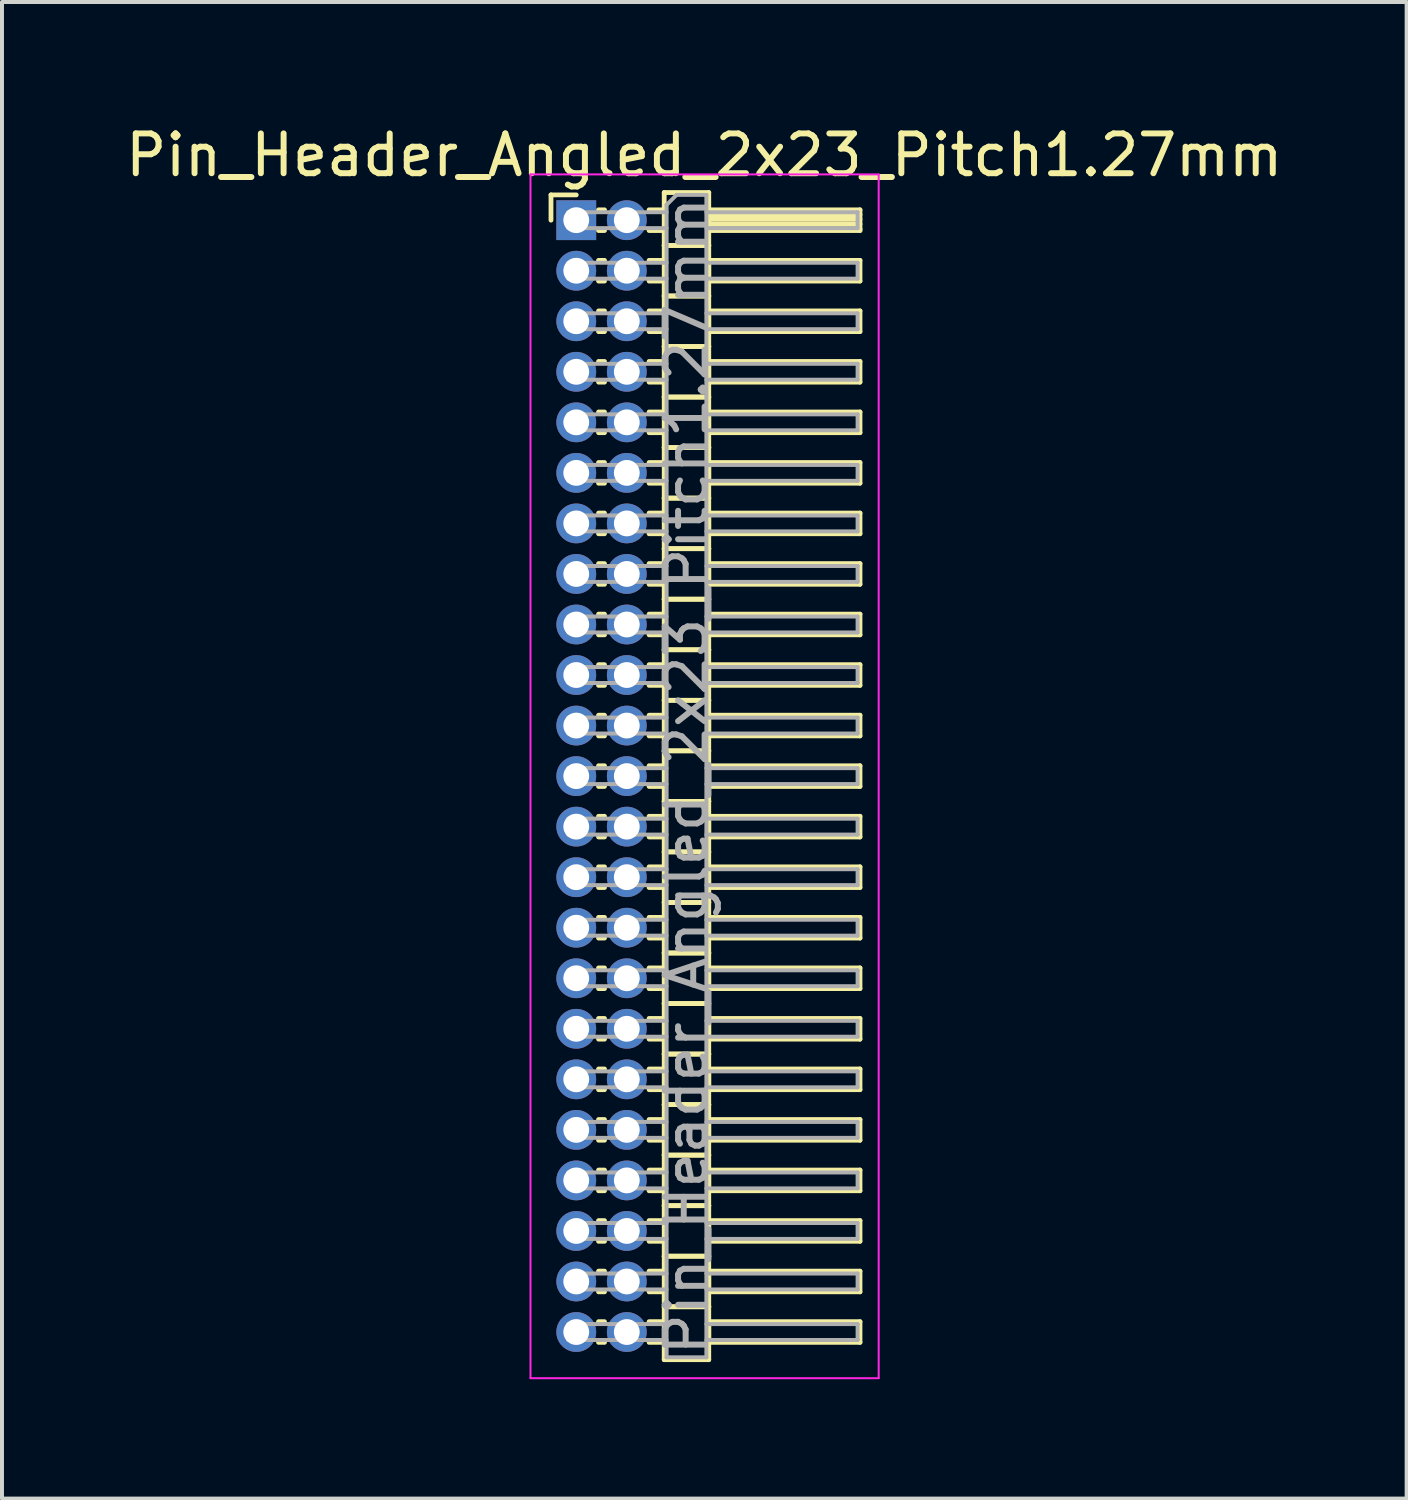
<source format=kicad_pcb>
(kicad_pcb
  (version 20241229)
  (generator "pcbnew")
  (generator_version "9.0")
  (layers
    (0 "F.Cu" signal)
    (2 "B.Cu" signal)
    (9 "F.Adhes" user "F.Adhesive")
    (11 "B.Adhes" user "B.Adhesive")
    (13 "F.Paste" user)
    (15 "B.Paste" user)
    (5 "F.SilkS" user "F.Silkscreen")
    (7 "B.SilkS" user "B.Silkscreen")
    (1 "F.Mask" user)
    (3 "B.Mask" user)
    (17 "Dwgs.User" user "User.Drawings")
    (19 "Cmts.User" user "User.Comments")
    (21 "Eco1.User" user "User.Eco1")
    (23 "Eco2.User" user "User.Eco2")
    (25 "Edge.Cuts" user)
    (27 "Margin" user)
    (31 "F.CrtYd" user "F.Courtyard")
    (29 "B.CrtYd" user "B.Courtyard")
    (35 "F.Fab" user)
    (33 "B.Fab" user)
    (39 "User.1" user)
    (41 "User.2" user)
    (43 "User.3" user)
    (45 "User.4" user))
  (footprint "Pin_Header_Angled_2x23_Pitch1.27mm"
    (layer "F.Cu")
    (at 11.431 2.483)
    (property "Reference" "Pin_Header_Angled_2x23_Pitch1.27mm" (at 3.217 -1.635 0) (layer "F.SilkS") (effects (font (size 1 1) (thickness 0.15))))
    (attr through_hole)
    (fp_line (start -0.635 -0.635) (end 0 -0.635) (stroke (width 0.12) (type solid)) (layer "F.SilkS"))
    (fp_line (start -0.635 0) (end -0.635 -0.635) (stroke (width 0.12) (type solid)) (layer "F.SilkS"))
    (fp_line (start 0.56 -0.26) (end 0.71 -0.26) (stroke (width 0.12) (type solid)) (layer "F.SilkS"))
    (fp_line (start 0.56 0.26) (end 0.71 0.26) (stroke (width 0.12) (type solid)) (layer "F.SilkS"))
    (fp_line (start 0.56 1.01) (end 0.71 1.01) (stroke (width 0.12) (type solid)) (layer "F.SilkS"))
    (fp_line (start 0.56 1.53) (end 0.71 1.53) (stroke (width 0.12) (type solid)) (layer "F.SilkS"))
    (fp_line (start 0.56 2.28) (end 0.71 2.28) (stroke (width 0.12) (type solid)) (layer "F.SilkS"))
    (fp_line (start 0.56 2.8) (end 0.71 2.8) (stroke (width 0.12) (type solid)) (layer "F.SilkS"))
    (fp_line (start 0.56 3.55) (end 0.71 3.55) (stroke (width 0.12) (type solid)) (layer "F.SilkS"))
    (fp_line (start 0.56 4.07) (end 0.71 4.07) (stroke (width 0.12) (type solid)) (layer "F.SilkS"))
    (fp_line (start 0.56 4.82) (end 0.71 4.82) (stroke (width 0.12) (type solid)) (layer "F.SilkS"))
    (fp_line (start 0.56 5.34) (end 0.71 5.34) (stroke (width 0.12) (type solid)) (layer "F.SilkS"))
    (fp_line (start 0.56 6.09) (end 0.71 6.09) (stroke (width 0.12) (type solid)) (layer "F.SilkS"))
    (fp_line (start 0.56 6.61) (end 0.71 6.61) (stroke (width 0.12) (type solid)) (layer "F.SilkS"))
    (fp_line (start 0.56 7.36) (end 0.71 7.36) (stroke (width 0.12) (type solid)) (layer "F.SilkS"))
    (fp_line (start 0.56 7.88) (end 0.71 7.88) (stroke (width 0.12) (type solid)) (layer "F.SilkS"))
    (fp_line (start 0.56 8.63) (end 0.71 8.63) (stroke (width 0.12) (type solid)) (layer "F.SilkS"))
    (fp_line (start 0.56 9.15) (end 0.71 9.15) (stroke (width 0.12) (type solid)) (layer "F.SilkS"))
    (fp_line (start 0.56 9.9) (end 0.71 9.9) (stroke (width 0.12) (type solid)) (layer "F.SilkS"))
    (fp_line (start 0.56 10.42) (end 0.71 10.42) (stroke (width 0.12) (type solid)) (layer "F.SilkS"))
    (fp_line (start 0.56 11.17) (end 0.71 11.17) (stroke (width 0.12) (type solid)) (layer "F.SilkS"))
    (fp_line (start 0.56 11.69) (end 0.71 11.69) (stroke (width 0.12) (type solid)) (layer "F.SilkS"))
    (fp_line (start 0.56 12.44) (end 0.71 12.44) (stroke (width 0.12) (type solid)) (layer "F.SilkS"))
    (fp_line (start 0.56 12.96) (end 0.71 12.96) (stroke (width 0.12) (type solid)) (layer "F.SilkS"))
    (fp_line (start 0.56 13.71) (end 0.71 13.71) (stroke (width 0.12) (type solid)) (layer "F.SilkS"))
    (fp_line (start 0.56 14.23) (end 0.71 14.23) (stroke (width 0.12) (type solid)) (layer "F.SilkS"))
    (fp_line (start 0.56 14.98) (end 0.71 14.98) (stroke (width 0.12) (type solid)) (layer "F.SilkS"))
    (fp_line (start 0.56 15.5) (end 0.71 15.5) (stroke (width 0.12) (type solid)) (layer "F.SilkS"))
    (fp_line (start 0.56 16.25) (end 0.71 16.25) (stroke (width 0.12) (type solid)) (layer "F.SilkS"))
    (fp_line (start 0.56 16.77) (end 0.71 16.77) (stroke (width 0.12) (type solid)) (layer "F.SilkS"))
    (fp_line (start 0.56 17.52) (end 0.71 17.52) (stroke (width 0.12) (type solid)) (layer "F.SilkS"))
    (fp_line (start 0.56 18.04) (end 0.71 18.04) (stroke (width 0.12) (type solid)) (layer "F.SilkS"))
    (fp_line (start 0.56 18.79) (end 0.71 18.79) (stroke (width 0.12) (type solid)) (layer "F.SilkS"))
    (fp_line (start 0.56 19.31) (end 0.71 19.31) (stroke (width 0.12) (type solid)) (layer "F.SilkS"))
    (fp_line (start 0.56 20.06) (end 0.71 20.06) (stroke (width 0.12) (type solid)) (layer "F.SilkS"))
    (fp_line (start 0.56 20.58) (end 0.71 20.58) (stroke (width 0.12) (type solid)) (layer "F.SilkS"))
    (fp_line (start 0.56 21.33) (end 0.71 21.33) (stroke (width 0.12) (type solid)) (layer "F.SilkS"))
    (fp_line (start 0.56 21.85) (end 0.71 21.85) (stroke (width 0.12) (type solid)) (layer "F.SilkS"))
    (fp_line (start 0.56 22.6) (end 0.71 22.6) (stroke (width 0.12) (type solid)) (layer "F.SilkS"))
    (fp_line (start 0.56 23.12) (end 0.71 23.12) (stroke (width 0.12) (type solid)) (layer "F.SilkS"))
    (fp_line (start 0.56 23.87) (end 0.71 23.87) (stroke (width 0.12) (type solid)) (layer "F.SilkS"))
    (fp_line (start 0.56 24.39) (end 0.71 24.39) (stroke (width 0.12) (type solid)) (layer "F.SilkS"))
    (fp_line (start 0.56 25.14) (end 0.71 25.14) (stroke (width 0.12) (type solid)) (layer "F.SilkS"))
    (fp_line (start 0.56 25.66) (end 0.71 25.66) (stroke (width 0.12) (type solid)) (layer "F.SilkS"))
    (fp_line (start 0.56 26.41) (end 0.71 26.41) (stroke (width 0.12) (type solid)) (layer "F.SilkS"))
    (fp_line (start 0.56 26.93) (end 0.71 26.93) (stroke (width 0.12) (type solid)) (layer "F.SilkS"))
    (fp_line (start 0.56 27.68) (end 0.71 27.68) (stroke (width 0.12) (type solid)) (layer "F.SilkS"))
    (fp_line (start 0.56 28.2) (end 0.71 28.2) (stroke (width 0.12) (type solid)) (layer "F.SilkS"))
    (fp_line (start 1.83 -0.26) (end 2.21 -0.26) (stroke (width 0.12) (type solid)) (layer "F.SilkS"))
    (fp_line (start 1.83 0.26) (end 2.21 0.26) (stroke (width 0.12) (type solid)) (layer "F.SilkS"))
    (fp_line (start 1.83 1.01) (end 2.21 1.01) (stroke (width 0.12) (type solid)) (layer "F.SilkS"))
    (fp_line (start 1.83 1.53) (end 2.21 1.53) (stroke (width 0.12) (type solid)) (layer "F.SilkS"))
    (fp_line (start 1.83 2.28) (end 2.21 2.28) (stroke (width 0.12) (type solid)) (layer "F.SilkS"))
    (fp_line (start 1.83 2.8) (end 2.21 2.8) (stroke (width 0.12) (type solid)) (layer "F.SilkS"))
    (fp_line (start 1.83 3.55) (end 2.21 3.55) (stroke (width 0.12) (type solid)) (layer "F.SilkS"))
    (fp_line (start 1.83 4.07) (end 2.21 4.07) (stroke (width 0.12) (type solid)) (layer "F.SilkS"))
    (fp_line (start 1.83 4.82) (end 2.21 4.82) (stroke (width 0.12) (type solid)) (layer "F.SilkS"))
    (fp_line (start 1.83 5.34) (end 2.21 5.34) (stroke (width 0.12) (type solid)) (layer "F.SilkS"))
    (fp_line (start 1.83 6.09) (end 2.21 6.09) (stroke (width 0.12) (type solid)) (layer "F.SilkS"))
    (fp_line (start 1.83 6.61) (end 2.21 6.61) (stroke (width 0.12) (type solid)) (layer "F.SilkS"))
    (fp_line (start 1.83 7.36) (end 2.21 7.36) (stroke (width 0.12) (type solid)) (layer "F.SilkS"))
    (fp_line (start 1.83 7.88) (end 2.21 7.88) (stroke (width 0.12) (type solid)) (layer "F.SilkS"))
    (fp_line (start 1.83 8.63) (end 2.21 8.63) (stroke (width 0.12) (type solid)) (layer "F.SilkS"))
    (fp_line (start 1.83 9.15) (end 2.21 9.15) (stroke (width 0.12) (type solid)) (layer "F.SilkS"))
    (fp_line (start 1.83 9.9) (end 2.21 9.9) (stroke (width 0.12) (type solid)) (layer "F.SilkS"))
    (fp_line (start 1.83 10.42) (end 2.21 10.42) (stroke (width 0.12) (type solid)) (layer "F.SilkS"))
    (fp_line (start 1.83 11.17) (end 2.21 11.17) (stroke (width 0.12) (type solid)) (layer "F.SilkS"))
    (fp_line (start 1.83 11.69) (end 2.21 11.69) (stroke (width 0.12) (type solid)) (layer "F.SilkS"))
    (fp_line (start 1.83 12.44) (end 2.21 12.44) (stroke (width 0.12) (type solid)) (layer "F.SilkS"))
    (fp_line (start 1.83 12.96) (end 2.21 12.96) (stroke (width 0.12) (type solid)) (layer "F.SilkS"))
    (fp_line (start 1.83 13.71) (end 2.21 13.71) (stroke (width 0.12) (type solid)) (layer "F.SilkS"))
    (fp_line (start 1.83 14.23) (end 2.21 14.23) (stroke (width 0.12) (type solid)) (layer "F.SilkS"))
    (fp_line (start 1.83 14.98) (end 2.21 14.98) (stroke (width 0.12) (type solid)) (layer "F.SilkS"))
    (fp_line (start 1.83 15.5) (end 2.21 15.5) (stroke (width 0.12) (type solid)) (layer "F.SilkS"))
    (fp_line (start 1.83 16.25) (end 2.21 16.25) (stroke (width 0.12) (type solid)) (layer "F.SilkS"))
    (fp_line (start 1.83 16.77) (end 2.21 16.77) (stroke (width 0.12) (type solid)) (layer "F.SilkS"))
    (fp_line (start 1.83 17.52) (end 2.21 17.52) (stroke (width 0.12) (type solid)) (layer "F.SilkS"))
    (fp_line (start 1.83 18.04) (end 2.21 18.04) (stroke (width 0.12) (type solid)) (layer "F.SilkS"))
    (fp_line (start 1.83 18.79) (end 2.21 18.79) (stroke (width 0.12) (type solid)) (layer "F.SilkS"))
    (fp_line (start 1.83 19.31) (end 2.21 19.31) (stroke (width 0.12) (type solid)) (layer "F.SilkS"))
    (fp_line (start 1.83 20.06) (end 2.21 20.06) (stroke (width 0.12) (type solid)) (layer "F.SilkS"))
    (fp_line (start 1.83 20.58) (end 2.21 20.58) (stroke (width 0.12) (type solid)) (layer "F.SilkS"))
    (fp_line (start 1.83 21.33) (end 2.21 21.33) (stroke (width 0.12) (type solid)) (layer "F.SilkS"))
    (fp_line (start 1.83 21.85) (end 2.21 21.85) (stroke (width 0.12) (type solid)) (layer "F.SilkS"))
    (fp_line (start 1.83 22.6) (end 2.21 22.6) (stroke (width 0.12) (type solid)) (layer "F.SilkS"))
    (fp_line (start 1.83 23.12) (end 2.21 23.12) (stroke (width 0.12) (type solid)) (layer "F.SilkS"))
    (fp_line (start 1.83 23.87) (end 2.21 23.87) (stroke (width 0.12) (type solid)) (layer "F.SilkS"))
    (fp_line (start 1.83 24.39) (end 2.21 24.39) (stroke (width 0.12) (type solid)) (layer "F.SilkS"))
    (fp_line (start 1.83 25.14) (end 2.21 25.14) (stroke (width 0.12) (type solid)) (layer "F.SilkS"))
    (fp_line (start 1.83 25.66) (end 2.21 25.66) (stroke (width 0.12) (type solid)) (layer "F.SilkS"))
    (fp_line (start 1.83 26.41) (end 2.21 26.41) (stroke (width 0.12) (type solid)) (layer "F.SilkS"))
    (fp_line (start 1.83 26.93) (end 2.21 26.93) (stroke (width 0.12) (type solid)) (layer "F.SilkS"))
    (fp_line (start 1.83 27.68) (end 2.21 27.68) (stroke (width 0.12) (type solid)) (layer "F.SilkS"))
    (fp_line (start 1.83 28.2) (end 2.21 28.2) (stroke (width 0.12) (type solid)) (layer "F.SilkS"))
    (fp_line (start 2.21 -0.695) (end 2.21 0.635) (stroke (width 0.12) (type solid)) (layer "F.SilkS"))
    (fp_line (start 2.21 0.635) (end 2.21 1.905) (stroke (width 0.12) (type solid)) (layer "F.SilkS"))
    (fp_line (start 2.21 0.635) (end 3.33 0.635) (stroke (width 0.12) (type solid)) (layer "F.SilkS"))
    (fp_line (start 2.21 1.905) (end 2.21 3.175) (stroke (width 0.12) (type solid)) (layer "F.SilkS"))
    (fp_line (start 2.21 1.905) (end 3.33 1.905) (stroke (width 0.12) (type solid)) (layer "F.SilkS"))
    (fp_line (start 2.21 3.175) (end 2.21 4.445) (stroke (width 0.12) (type solid)) (layer "F.SilkS"))
    (fp_line (start 2.21 3.175) (end 3.33 3.175) (stroke (width 0.12) (type solid)) (layer "F.SilkS"))
    (fp_line (start 2.21 4.445) (end 2.21 5.715) (stroke (width 0.12) (type solid)) (layer "F.SilkS"))
    (fp_line (start 2.21 4.445) (end 3.33 4.445) (stroke (width 0.12) (type solid)) (layer "F.SilkS"))
    (fp_line (start 2.21 5.715) (end 2.21 6.985) (stroke (width 0.12) (type solid)) (layer "F.SilkS"))
    (fp_line (start 2.21 5.715) (end 3.33 5.715) (stroke (width 0.12) (type solid)) (layer "F.SilkS"))
    (fp_line (start 2.21 6.985) (end 2.21 8.255) (stroke (width 0.12) (type solid)) (layer "F.SilkS"))
    (fp_line (start 2.21 6.985) (end 3.33 6.985) (stroke (width 0.12) (type solid)) (layer "F.SilkS"))
    (fp_line (start 2.21 8.255) (end 2.21 9.525) (stroke (width 0.12) (type solid)) (layer "F.SilkS"))
    (fp_line (start 2.21 8.255) (end 3.33 8.255) (stroke (width 0.12) (type solid)) (layer "F.SilkS"))
    (fp_line (start 2.21 9.525) (end 2.21 10.795) (stroke (width 0.12) (type solid)) (layer "F.SilkS"))
    (fp_line (start 2.21 9.525) (end 3.33 9.525) (stroke (width 0.12) (type solid)) (layer "F.SilkS"))
    (fp_line (start 2.21 10.795) (end 2.21 12.065) (stroke (width 0.12) (type solid)) (layer "F.SilkS"))
    (fp_line (start 2.21 10.795) (end 3.33 10.795) (stroke (width 0.12) (type solid)) (layer "F.SilkS"))
    (fp_line (start 2.21 12.065) (end 2.21 13.335) (stroke (width 0.12) (type solid)) (layer "F.SilkS"))
    (fp_line (start 2.21 12.065) (end 3.33 12.065) (stroke (width 0.12) (type solid)) (layer "F.SilkS"))
    (fp_line (start 2.21 13.335) (end 2.21 14.605) (stroke (width 0.12) (type solid)) (layer "F.SilkS"))
    (fp_line (start 2.21 13.335) (end 3.33 13.335) (stroke (width 0.12) (type solid)) (layer "F.SilkS"))
    (fp_line (start 2.21 14.605) (end 2.21 15.875) (stroke (width 0.12) (type solid)) (layer "F.SilkS"))
    (fp_line (start 2.21 14.605) (end 3.33 14.605) (stroke (width 0.12) (type solid)) (layer "F.SilkS"))
    (fp_line (start 2.21 15.875) (end 2.21 17.145) (stroke (width 0.12) (type solid)) (layer "F.SilkS"))
    (fp_line (start 2.21 15.875) (end 3.33 15.875) (stroke (width 0.12) (type solid)) (layer "F.SilkS"))
    (fp_line (start 2.21 17.145) (end 2.21 18.415) (stroke (width 0.12) (type solid)) (layer "F.SilkS"))
    (fp_line (start 2.21 17.145) (end 3.33 17.145) (stroke (width 0.12) (type solid)) (layer "F.SilkS"))
    (fp_line (start 2.21 18.415) (end 2.21 19.685) (stroke (width 0.12) (type solid)) (layer "F.SilkS"))
    (fp_line (start 2.21 18.415) (end 3.33 18.415) (stroke (width 0.12) (type solid)) (layer "F.SilkS"))
    (fp_line (start 2.21 19.685) (end 2.21 20.955) (stroke (width 0.12) (type solid)) (layer "F.SilkS"))
    (fp_line (start 2.21 19.685) (end 3.33 19.685) (stroke (width 0.12) (type solid)) (layer "F.SilkS"))
    (fp_line (start 2.21 20.955) (end 2.21 22.225) (stroke (width 0.12) (type solid)) (layer "F.SilkS"))
    (fp_line (start 2.21 20.955) (end 3.33 20.955) (stroke (width 0.12) (type solid)) (layer "F.SilkS"))
    (fp_line (start 2.21 22.225) (end 2.21 23.495) (stroke (width 0.12) (type solid)) (layer "F.SilkS"))
    (fp_line (start 2.21 22.225) (end 3.33 22.225) (stroke (width 0.12) (type solid)) (layer "F.SilkS"))
    (fp_line (start 2.21 23.495) (end 2.21 24.765) (stroke (width 0.12) (type solid)) (layer "F.SilkS"))
    (fp_line (start 2.21 23.495) (end 3.33 23.495) (stroke (width 0.12) (type solid)) (layer "F.SilkS"))
    (fp_line (start 2.21 24.765) (end 2.21 26.035) (stroke (width 0.12) (type solid)) (layer "F.SilkS"))
    (fp_line (start 2.21 24.765) (end 3.33 24.765) (stroke (width 0.12) (type solid)) (layer "F.SilkS"))
    (fp_line (start 2.21 26.035) (end 2.21 27.305) (stroke (width 0.12) (type solid)) (layer "F.SilkS"))
    (fp_line (start 2.21 26.035) (end 3.33 26.035) (stroke (width 0.12) (type solid)) (layer "F.SilkS"))
    (fp_line (start 2.21 27.305) (end 2.21 28.635) (stroke (width 0.12) (type solid)) (layer "F.SilkS"))
    (fp_line (start 2.21 27.305) (end 3.33 27.305) (stroke (width 0.12) (type solid)) (layer "F.SilkS"))
    (fp_line (start 2.21 28.635) (end 3.33 28.635) (stroke (width 0.12) (type solid)) (layer "F.SilkS"))
    (fp_line (start 3.33 -0.695) (end 2.21 -0.695) (stroke (width 0.12) (type solid)) (layer "F.SilkS"))
    (fp_line (start 3.33 -0.26) (end 3.33 0.26) (stroke (width 0.12) (type solid)) (layer "F.SilkS"))
    (fp_line (start 3.33 -0.14) (end 7.13 -0.14) (stroke (width 0.12) (type solid)) (layer "F.SilkS"))
    (fp_line (start 3.33 -0.02) (end 7.13 -0.02) (stroke (width 0.12) (type solid)) (layer "F.SilkS"))
    (fp_line (start 3.33 0.1) (end 7.13 0.1) (stroke (width 0.12) (type solid)) (layer "F.SilkS"))
    (fp_line (start 3.33 0.22) (end 7.13 0.22) (stroke (width 0.12) (type solid)) (layer "F.SilkS"))
    (fp_line (start 3.33 0.26) (end 7.13 0.26) (stroke (width 0.12) (type solid)) (layer "F.SilkS"))
    (fp_line (start 3.33 0.635) (end 2.21 0.635) (stroke (width 0.12) (type solid)) (layer "F.SilkS"))
    (fp_line (start 3.33 0.635) (end 3.33 -0.695) (stroke (width 0.12) (type solid)) (layer "F.SilkS"))
    (fp_line (start 3.33 1.01) (end 3.33 1.53) (stroke (width 0.12) (type solid)) (layer "F.SilkS"))
    (fp_line (start 3.33 1.53) (end 7.13 1.53) (stroke (width 0.12) (type solid)) (layer "F.SilkS"))
    (fp_line (start 3.33 1.905) (end 2.21 1.905) (stroke (width 0.12) (type solid)) (layer "F.SilkS"))
    (fp_line (start 3.33 1.905) (end 3.33 0.635) (stroke (width 0.12) (type solid)) (layer "F.SilkS"))
    (fp_line (start 3.33 2.28) (end 3.33 2.8) (stroke (width 0.12) (type solid)) (layer "F.SilkS"))
    (fp_line (start 3.33 2.8) (end 7.13 2.8) (stroke (width 0.12) (type solid)) (layer "F.SilkS"))
    (fp_line (start 3.33 3.175) (end 2.21 3.175) (stroke (width 0.12) (type solid)) (layer "F.SilkS"))
    (fp_line (start 3.33 3.175) (end 3.33 1.905) (stroke (width 0.12) (type solid)) (layer "F.SilkS"))
    (fp_line (start 3.33 3.55) (end 3.33 4.07) (stroke (width 0.12) (type solid)) (layer "F.SilkS"))
    (fp_line (start 3.33 4.07) (end 7.13 4.07) (stroke (width 0.12) (type solid)) (layer "F.SilkS"))
    (fp_line (start 3.33 4.445) (end 2.21 4.445) (stroke (width 0.12) (type solid)) (layer "F.SilkS"))
    (fp_line (start 3.33 4.445) (end 3.33 3.175) (stroke (width 0.12) (type solid)) (layer "F.SilkS"))
    (fp_line (start 3.33 4.82) (end 3.33 5.34) (stroke (width 0.12) (type solid)) (layer "F.SilkS"))
    (fp_line (start 3.33 5.34) (end 7.13 5.34) (stroke (width 0.12) (type solid)) (layer "F.SilkS"))
    (fp_line (start 3.33 5.715) (end 2.21 5.715) (stroke (width 0.12) (type solid)) (layer "F.SilkS"))
    (fp_line (start 3.33 5.715) (end 3.33 4.445) (stroke (width 0.12) (type solid)) (layer "F.SilkS"))
    (fp_line (start 3.33 6.09) (end 3.33 6.61) (stroke (width 0.12) (type solid)) (layer "F.SilkS"))
    (fp_line (start 3.33 6.61) (end 7.13 6.61) (stroke (width 0.12) (type solid)) (layer "F.SilkS"))
    (fp_line (start 3.33 6.985) (end 2.21 6.985) (stroke (width 0.12) (type solid)) (layer "F.SilkS"))
    (fp_line (start 3.33 6.985) (end 3.33 5.715) (stroke (width 0.12) (type solid)) (layer "F.SilkS"))
    (fp_line (start 3.33 7.36) (end 3.33 7.88) (stroke (width 0.12) (type solid)) (layer "F.SilkS"))
    (fp_line (start 3.33 7.88) (end 7.13 7.88) (stroke (width 0.12) (type solid)) (layer "F.SilkS"))
    (fp_line (start 3.33 8.255) (end 2.21 8.255) (stroke (width 0.12) (type solid)) (layer "F.SilkS"))
    (fp_line (start 3.33 8.255) (end 3.33 6.985) (stroke (width 0.12) (type solid)) (layer "F.SilkS"))
    (fp_line (start 3.33 8.63) (end 3.33 9.15) (stroke (width 0.12) (type solid)) (layer "F.SilkS"))
    (fp_line (start 3.33 9.15) (end 7.13 9.15) (stroke (width 0.12) (type solid)) (layer "F.SilkS"))
    (fp_line (start 3.33 9.525) (end 2.21 9.525) (stroke (width 0.12) (type solid)) (layer "F.SilkS"))
    (fp_line (start 3.33 9.525) (end 3.33 8.255) (stroke (width 0.12) (type solid)) (layer "F.SilkS"))
    (fp_line (start 3.33 9.9) (end 3.33 10.42) (stroke (width 0.12) (type solid)) (layer "F.SilkS"))
    (fp_line (start 3.33 10.42) (end 7.13 10.42) (stroke (width 0.12) (type solid)) (layer "F.SilkS"))
    (fp_line (start 3.33 10.795) (end 2.21 10.795) (stroke (width 0.12) (type solid)) (layer "F.SilkS"))
    (fp_line (start 3.33 10.795) (end 3.33 9.525) (stroke (width 0.12) (type solid)) (layer "F.SilkS"))
    (fp_line (start 3.33 11.17) (end 3.33 11.69) (stroke (width 0.12) (type solid)) (layer "F.SilkS"))
    (fp_line (start 3.33 11.69) (end 7.13 11.69) (stroke (width 0.12) (type solid)) (layer "F.SilkS"))
    (fp_line (start 3.33 12.065) (end 2.21 12.065) (stroke (width 0.12) (type solid)) (layer "F.SilkS"))
    (fp_line (start 3.33 12.065) (end 3.33 10.795) (stroke (width 0.12) (type solid)) (layer "F.SilkS"))
    (fp_line (start 3.33 12.44) (end 3.33 12.96) (stroke (width 0.12) (type solid)) (layer "F.SilkS"))
    (fp_line (start 3.33 12.96) (end 7.13 12.96) (stroke (width 0.12) (type solid)) (layer "F.SilkS"))
    (fp_line (start 3.33 13.335) (end 2.21 13.335) (stroke (width 0.12) (type solid)) (layer "F.SilkS"))
    (fp_line (start 3.33 13.335) (end 3.33 12.065) (stroke (width 0.12) (type solid)) (layer "F.SilkS"))
    (fp_line (start 3.33 13.71) (end 3.33 14.23) (stroke (width 0.12) (type solid)) (layer "F.SilkS"))
    (fp_line (start 3.33 14.23) (end 7.13 14.23) (stroke (width 0.12) (type solid)) (layer "F.SilkS"))
    (fp_line (start 3.33 14.605) (end 2.21 14.605) (stroke (width 0.12) (type solid)) (layer "F.SilkS"))
    (fp_line (start 3.33 14.605) (end 3.33 13.335) (stroke (width 0.12) (type solid)) (layer "F.SilkS"))
    (fp_line (start 3.33 14.98) (end 3.33 15.5) (stroke (width 0.12) (type solid)) (layer "F.SilkS"))
    (fp_line (start 3.33 15.5) (end 7.13 15.5) (stroke (width 0.12) (type solid)) (layer "F.SilkS"))
    (fp_line (start 3.33 15.875) (end 2.21 15.875) (stroke (width 0.12) (type solid)) (layer "F.SilkS"))
    (fp_line (start 3.33 15.875) (end 3.33 14.605) (stroke (width 0.12) (type solid)) (layer "F.SilkS"))
    (fp_line (start 3.33 16.25) (end 3.33 16.77) (stroke (width 0.12) (type solid)) (layer "F.SilkS"))
    (fp_line (start 3.33 16.77) (end 7.13 16.77) (stroke (width 0.12) (type solid)) (layer "F.SilkS"))
    (fp_line (start 3.33 17.145) (end 2.21 17.145) (stroke (width 0.12) (type solid)) (layer "F.SilkS"))
    (fp_line (start 3.33 17.145) (end 3.33 15.875) (stroke (width 0.12) (type solid)) (layer "F.SilkS"))
    (fp_line (start 3.33 17.52) (end 3.33 18.04) (stroke (width 0.12) (type solid)) (layer "F.SilkS"))
    (fp_line (start 3.33 18.04) (end 7.13 18.04) (stroke (width 0.12) (type solid)) (layer "F.SilkS"))
    (fp_line (start 3.33 18.415) (end 2.21 18.415) (stroke (width 0.12) (type solid)) (layer "F.SilkS"))
    (fp_line (start 3.33 18.415) (end 3.33 17.145) (stroke (width 0.12) (type solid)) (layer "F.SilkS"))
    (fp_line (start 3.33 18.79) (end 3.33 19.31) (stroke (width 0.12) (type solid)) (layer "F.SilkS"))
    (fp_line (start 3.33 19.31) (end 7.13 19.31) (stroke (width 0.12) (type solid)) (layer "F.SilkS"))
    (fp_line (start 3.33 19.685) (end 2.21 19.685) (stroke (width 0.12) (type solid)) (layer "F.SilkS"))
    (fp_line (start 3.33 19.685) (end 3.33 18.415) (stroke (width 0.12) (type solid)) (layer "F.SilkS"))
    (fp_line (start 3.33 20.06) (end 3.33 20.58) (stroke (width 0.12) (type solid)) (layer "F.SilkS"))
    (fp_line (start 3.33 20.58) (end 7.13 20.58) (stroke (width 0.12) (type solid)) (layer "F.SilkS"))
    (fp_line (start 3.33 20.955) (end 2.21 20.955) (stroke (width 0.12) (type solid)) (layer "F.SilkS"))
    (fp_line (start 3.33 20.955) (end 3.33 19.685) (stroke (width 0.12) (type solid)) (layer "F.SilkS"))
    (fp_line (start 3.33 21.33) (end 3.33 21.85) (stroke (width 0.12) (type solid)) (layer "F.SilkS"))
    (fp_line (start 3.33 21.85) (end 7.13 21.85) (stroke (width 0.12) (type solid)) (layer "F.SilkS"))
    (fp_line (start 3.33 22.225) (end 2.21 22.225) (stroke (width 0.12) (type solid)) (layer "F.SilkS"))
    (fp_line (start 3.33 22.225) (end 3.33 20.955) (stroke (width 0.12) (type solid)) (layer "F.SilkS"))
    (fp_line (start 3.33 22.6) (end 3.33 23.12) (stroke (width 0.12) (type solid)) (layer "F.SilkS"))
    (fp_line (start 3.33 23.12) (end 7.13 23.12) (stroke (width 0.12) (type solid)) (layer "F.SilkS"))
    (fp_line (start 3.33 23.495) (end 2.21 23.495) (stroke (width 0.12) (type solid)) (layer "F.SilkS"))
    (fp_line (start 3.33 23.495) (end 3.33 22.225) (stroke (width 0.12) (type solid)) (layer "F.SilkS"))
    (fp_line (start 3.33 23.87) (end 3.33 24.39) (stroke (width 0.12) (type solid)) (layer "F.SilkS"))
    (fp_line (start 3.33 24.39) (end 7.13 24.39) (stroke (width 0.12) (type solid)) (layer "F.SilkS"))
    (fp_line (start 3.33 24.765) (end 2.21 24.765) (stroke (width 0.12) (type solid)) (layer "F.SilkS"))
    (fp_line (start 3.33 24.765) (end 3.33 23.495) (stroke (width 0.12) (type solid)) (layer "F.SilkS"))
    (fp_line (start 3.33 25.14) (end 3.33 25.66) (stroke (width 0.12) (type solid)) (layer "F.SilkS"))
    (fp_line (start 3.33 25.66) (end 7.13 25.66) (stroke (width 0.12) (type solid)) (layer "F.SilkS"))
    (fp_line (start 3.33 26.035) (end 2.21 26.035) (stroke (width 0.12) (type solid)) (layer "F.SilkS"))
    (fp_line (start 3.33 26.035) (end 3.33 24.765) (stroke (width 0.12) (type solid)) (layer "F.SilkS"))
    (fp_line (start 3.33 26.41) (end 3.33 26.93) (stroke (width 0.12) (type solid)) (layer "F.SilkS"))
    (fp_line (start 3.33 26.93) (end 7.13 26.93) (stroke (width 0.12) (type solid)) (layer "F.SilkS"))
    (fp_line (start 3.33 27.305) (end 2.21 27.305) (stroke (width 0.12) (type solid)) (layer "F.SilkS"))
    (fp_line (start 3.33 27.305) (end 3.33 26.035) (stroke (width 0.12) (type solid)) (layer "F.SilkS"))
    (fp_line (start 3.33 27.68) (end 3.33 28.2) (stroke (width 0.12) (type solid)) (layer "F.SilkS"))
    (fp_line (start 3.33 28.2) (end 7.13 28.2) (stroke (width 0.12) (type solid)) (layer "F.SilkS"))
    (fp_line (start 3.33 28.635) (end 3.33 27.305) (stroke (width 0.12) (type solid)) (layer "F.SilkS"))
    (fp_line (start 7.13 -0.26) (end 3.33 -0.26) (stroke (width 0.12) (type solid)) (layer "F.SilkS"))
    (fp_line (start 7.13 0.26) (end 7.13 -0.26) (stroke (width 0.12) (type solid)) (layer "F.SilkS"))
    (fp_line (start 7.13 1.01) (end 3.33 1.01) (stroke (width 0.12) (type solid)) (layer "F.SilkS"))
    (fp_line (start 7.13 1.53) (end 7.13 1.01) (stroke (width 0.12) (type solid)) (layer "F.SilkS"))
    (fp_line (start 7.13 2.28) (end 3.33 2.28) (stroke (width 0.12) (type solid)) (layer "F.SilkS"))
    (fp_line (start 7.13 2.8) (end 7.13 2.28) (stroke (width 0.12) (type solid)) (layer "F.SilkS"))
    (fp_line (start 7.13 3.55) (end 3.33 3.55) (stroke (width 0.12) (type solid)) (layer "F.SilkS"))
    (fp_line (start 7.13 4.07) (end 7.13 3.55) (stroke (width 0.12) (type solid)) (layer "F.SilkS"))
    (fp_line (start 7.13 4.82) (end 3.33 4.82) (stroke (width 0.12) (type solid)) (layer "F.SilkS"))
    (fp_line (start 7.13 5.34) (end 7.13 4.82) (stroke (width 0.12) (type solid)) (layer "F.SilkS"))
    (fp_line (start 7.13 6.09) (end 3.33 6.09) (stroke (width 0.12) (type solid)) (layer "F.SilkS"))
    (fp_line (start 7.13 6.61) (end 7.13 6.09) (stroke (width 0.12) (type solid)) (layer "F.SilkS"))
    (fp_line (start 7.13 7.36) (end 3.33 7.36) (stroke (width 0.12) (type solid)) (layer "F.SilkS"))
    (fp_line (start 7.13 7.88) (end 7.13 7.36) (stroke (width 0.12) (type solid)) (layer "F.SilkS"))
    (fp_line (start 7.13 8.63) (end 3.33 8.63) (stroke (width 0.12) (type solid)) (layer "F.SilkS"))
    (fp_line (start 7.13 9.15) (end 7.13 8.63) (stroke (width 0.12) (type solid)) (layer "F.SilkS"))
    (fp_line (start 7.13 9.9) (end 3.33 9.9) (stroke (width 0.12) (type solid)) (layer "F.SilkS"))
    (fp_line (start 7.13 10.42) (end 7.13 9.9) (stroke (width 0.12) (type solid)) (layer "F.SilkS"))
    (fp_line (start 7.13 11.17) (end 3.33 11.17) (stroke (width 0.12) (type solid)) (layer "F.SilkS"))
    (fp_line (start 7.13 11.69) (end 7.13 11.17) (stroke (width 0.12) (type solid)) (layer "F.SilkS"))
    (fp_line (start 7.13 12.44) (end 3.33 12.44) (stroke (width 0.12) (type solid)) (layer "F.SilkS"))
    (fp_line (start 7.13 12.96) (end 7.13 12.44) (stroke (width 0.12) (type solid)) (layer "F.SilkS"))
    (fp_line (start 7.13 13.71) (end 3.33 13.71) (stroke (width 0.12) (type solid)) (layer "F.SilkS"))
    (fp_line (start 7.13 14.23) (end 7.13 13.71) (stroke (width 0.12) (type solid)) (layer "F.SilkS"))
    (fp_line (start 7.13 14.98) (end 3.33 14.98) (stroke (width 0.12) (type solid)) (layer "F.SilkS"))
    (fp_line (start 7.13 15.5) (end 7.13 14.98) (stroke (width 0.12) (type solid)) (layer "F.SilkS"))
    (fp_line (start 7.13 16.25) (end 3.33 16.25) (stroke (width 0.12) (type solid)) (layer "F.SilkS"))
    (fp_line (start 7.13 16.77) (end 7.13 16.25) (stroke (width 0.12) (type solid)) (layer "F.SilkS"))
    (fp_line (start 7.13 17.52) (end 3.33 17.52) (stroke (width 0.12) (type solid)) (layer "F.SilkS"))
    (fp_line (start 7.13 18.04) (end 7.13 17.52) (stroke (width 0.12) (type solid)) (layer "F.SilkS"))
    (fp_line (start 7.13 18.79) (end 3.33 18.79) (stroke (width 0.12) (type solid)) (layer "F.SilkS"))
    (fp_line (start 7.13 19.31) (end 7.13 18.79) (stroke (width 0.12) (type solid)) (layer "F.SilkS"))
    (fp_line (start 7.13 20.06) (end 3.33 20.06) (stroke (width 0.12) (type solid)) (layer "F.SilkS"))
    (fp_line (start 7.13 20.58) (end 7.13 20.06) (stroke (width 0.12) (type solid)) (layer "F.SilkS"))
    (fp_line (start 7.13 21.33) (end 3.33 21.33) (stroke (width 0.12) (type solid)) (layer "F.SilkS"))
    (fp_line (start 7.13 21.85) (end 7.13 21.33) (stroke (width 0.12) (type solid)) (layer "F.SilkS"))
    (fp_line (start 7.13 22.6) (end 3.33 22.6) (stroke (width 0.12) (type solid)) (layer "F.SilkS"))
    (fp_line (start 7.13 23.12) (end 7.13 22.6) (stroke (width 0.12) (type solid)) (layer "F.SilkS"))
    (fp_line (start 7.13 23.87) (end 3.33 23.87) (stroke (width 0.12) (type solid)) (layer "F.SilkS"))
    (fp_line (start 7.13 24.39) (end 7.13 23.87) (stroke (width 0.12) (type solid)) (layer "F.SilkS"))
    (fp_line (start 7.13 25.14) (end 3.33 25.14) (stroke (width 0.12) (type solid)) (layer "F.SilkS"))
    (fp_line (start 7.13 25.66) (end 7.13 25.14) (stroke (width 0.12) (type solid)) (layer "F.SilkS"))
    (fp_line (start 7.13 26.41) (end 3.33 26.41) (stroke (width 0.12) (type solid)) (layer "F.SilkS"))
    (fp_line (start 7.13 26.93) (end 7.13 26.41) (stroke (width 0.12) (type solid)) (layer "F.SilkS"))
    (fp_line (start 7.13 27.68) (end 3.33 27.68) (stroke (width 0.12) (type solid)) (layer "F.SilkS"))
    (fp_line (start 7.13 28.2) (end 7.13 27.68) (stroke (width 0.12) (type solid)) (layer "F.SilkS"))
    (fp_line (start -1.15 -1.15) (end -1.15 29.1) (stroke (width 0.05) (type solid)) (layer "F.CrtYd"))
    (fp_line (start -1.15 29.1) (end 7.6 29.1) (stroke (width 0.05) (type solid)) (layer "F.CrtYd"))
    (fp_line (start 7.6 -1.15) (end -1.15 -1.15) (stroke (width 0.05) (type solid)) (layer "F.CrtYd"))
    (fp_line (start 7.6 29.1) (end 7.6 -1.15) (stroke (width 0.05) (type solid)) (layer "F.CrtYd"))
    (fp_line (start -0.2 -0.2) (end -0.2 0.2) (stroke (width 0.1) (type solid)) (layer "F.Fab"))
    (fp_line (start -0.2 -0.2) (end 2.27 -0.2) (stroke (width 0.1) (type solid)) (layer "F.Fab"))
    (fp_line (start -0.2 0.2) (end 2.27 0.2) (stroke (width 0.1) (type solid)) (layer "F.Fab"))
    (fp_line (start -0.2 1.07) (end -0.2 1.47) (stroke (width 0.1) (type solid)) (layer "F.Fab"))
    (fp_line (start -0.2 1.07) (end 2.27 1.07) (stroke (width 0.1) (type solid)) (layer "F.Fab"))
    (fp_line (start -0.2 1.47) (end 2.27 1.47) (stroke (width 0.1) (type solid)) (layer "F.Fab"))
    (fp_line (start -0.2 2.34) (end -0.2 2.74) (stroke (width 0.1) (type solid)) (layer "F.Fab"))
    (fp_line (start -0.2 2.34) (end 2.27 2.34) (stroke (width 0.1) (type solid)) (layer "F.Fab"))
    (fp_line (start -0.2 2.74) (end 2.27 2.74) (stroke (width 0.1) (type solid)) (layer "F.Fab"))
    (fp_line (start -0.2 3.61) (end -0.2 4.01) (stroke (width 0.1) (type solid)) (layer "F.Fab"))
    (fp_line (start -0.2 3.61) (end 2.27 3.61) (stroke (width 0.1) (type solid)) (layer "F.Fab"))
    (fp_line (start -0.2 4.01) (end 2.27 4.01) (stroke (width 0.1) (type solid)) (layer "F.Fab"))
    (fp_line (start -0.2 4.88) (end -0.2 5.28) (stroke (width 0.1) (type solid)) (layer "F.Fab"))
    (fp_line (start -0.2 4.88) (end 2.27 4.88) (stroke (width 0.1) (type solid)) (layer "F.Fab"))
    (fp_line (start -0.2 5.28) (end 2.27 5.28) (stroke (width 0.1) (type solid)) (layer "F.Fab"))
    (fp_line (start -0.2 6.15) (end -0.2 6.55) (stroke (width 0.1) (type solid)) (layer "F.Fab"))
    (fp_line (start -0.2 6.15) (end 2.27 6.15) (stroke (width 0.1) (type solid)) (layer "F.Fab"))
    (fp_line (start -0.2 6.55) (end 2.27 6.55) (stroke (width 0.1) (type solid)) (layer "F.Fab"))
    (fp_line (start -0.2 7.42) (end -0.2 7.82) (stroke (width 0.1) (type solid)) (layer "F.Fab"))
    (fp_line (start -0.2 7.42) (end 2.27 7.42) (stroke (width 0.1) (type solid)) (layer "F.Fab"))
    (fp_line (start -0.2 7.82) (end 2.27 7.82) (stroke (width 0.1) (type solid)) (layer "F.Fab"))
    (fp_line (start -0.2 8.69) (end -0.2 9.09) (stroke (width 0.1) (type solid)) (layer "F.Fab"))
    (fp_line (start -0.2 8.69) (end 2.27 8.69) (stroke (width 0.1) (type solid)) (layer "F.Fab"))
    (fp_line (start -0.2 9.09) (end 2.27 9.09) (stroke (width 0.1) (type solid)) (layer "F.Fab"))
    (fp_line (start -0.2 9.96) (end -0.2 10.36) (stroke (width 0.1) (type solid)) (layer "F.Fab"))
    (fp_line (start -0.2 9.96) (end 2.27 9.96) (stroke (width 0.1) (type solid)) (layer "F.Fab"))
    (fp_line (start -0.2 10.36) (end 2.27 10.36) (stroke (width 0.1) (type solid)) (layer "F.Fab"))
    (fp_line (start -0.2 11.23) (end -0.2 11.63) (stroke (width 0.1) (type solid)) (layer "F.Fab"))
    (fp_line (start -0.2 11.23) (end 2.27 11.23) (stroke (width 0.1) (type solid)) (layer "F.Fab"))
    (fp_line (start -0.2 11.63) (end 2.27 11.63) (stroke (width 0.1) (type solid)) (layer "F.Fab"))
    (fp_line (start -0.2 12.5) (end -0.2 12.9) (stroke (width 0.1) (type solid)) (layer "F.Fab"))
    (fp_line (start -0.2 12.5) (end 2.27 12.5) (stroke (width 0.1) (type solid)) (layer "F.Fab"))
    (fp_line (start -0.2 12.9) (end 2.27 12.9) (stroke (width 0.1) (type solid)) (layer "F.Fab"))
    (fp_line (start -0.2 13.77) (end -0.2 14.17) (stroke (width 0.1) (type solid)) (layer "F.Fab"))
    (fp_line (start -0.2 13.77) (end 2.27 13.77) (stroke (width 0.1) (type solid)) (layer "F.Fab"))
    (fp_line (start -0.2 14.17) (end 2.27 14.17) (stroke (width 0.1) (type solid)) (layer "F.Fab"))
    (fp_line (start -0.2 15.04) (end -0.2 15.44) (stroke (width 0.1) (type solid)) (layer "F.Fab"))
    (fp_line (start -0.2 15.04) (end 2.27 15.04) (stroke (width 0.1) (type solid)) (layer "F.Fab"))
    (fp_line (start -0.2 15.44) (end 2.27 15.44) (stroke (width 0.1) (type solid)) (layer "F.Fab"))
    (fp_line (start -0.2 16.31) (end -0.2 16.71) (stroke (width 0.1) (type solid)) (layer "F.Fab"))
    (fp_line (start -0.2 16.31) (end 2.27 16.31) (stroke (width 0.1) (type solid)) (layer "F.Fab"))
    (fp_line (start -0.2 16.71) (end 2.27 16.71) (stroke (width 0.1) (type solid)) (layer "F.Fab"))
    (fp_line (start -0.2 17.58) (end -0.2 17.98) (stroke (width 0.1) (type solid)) (layer "F.Fab"))
    (fp_line (start -0.2 17.58) (end 2.27 17.58) (stroke (width 0.1) (type solid)) (layer "F.Fab"))
    (fp_line (start -0.2 17.98) (end 2.27 17.98) (stroke (width 0.1) (type solid)) (layer "F.Fab"))
    (fp_line (start -0.2 18.85) (end -0.2 19.25) (stroke (width 0.1) (type solid)) (layer "F.Fab"))
    (fp_line (start -0.2 18.85) (end 2.27 18.85) (stroke (width 0.1) (type solid)) (layer "F.Fab"))
    (fp_line (start -0.2 19.25) (end 2.27 19.25) (stroke (width 0.1) (type solid)) (layer "F.Fab"))
    (fp_line (start -0.2 20.12) (end -0.2 20.52) (stroke (width 0.1) (type solid)) (layer "F.Fab"))
    (fp_line (start -0.2 20.12) (end 2.27 20.12) (stroke (width 0.1) (type solid)) (layer "F.Fab"))
    (fp_line (start -0.2 20.52) (end 2.27 20.52) (stroke (width 0.1) (type solid)) (layer "F.Fab"))
    (fp_line (start -0.2 21.39) (end -0.2 21.79) (stroke (width 0.1) (type solid)) (layer "F.Fab"))
    (fp_line (start -0.2 21.39) (end 2.27 21.39) (stroke (width 0.1) (type solid)) (layer "F.Fab"))
    (fp_line (start -0.2 21.79) (end 2.27 21.79) (stroke (width 0.1) (type solid)) (layer "F.Fab"))
    (fp_line (start -0.2 22.66) (end -0.2 23.06) (stroke (width 0.1) (type solid)) (layer "F.Fab"))
    (fp_line (start -0.2 22.66) (end 2.27 22.66) (stroke (width 0.1) (type solid)) (layer "F.Fab"))
    (fp_line (start -0.2 23.06) (end 2.27 23.06) (stroke (width 0.1) (type solid)) (layer "F.Fab"))
    (fp_line (start -0.2 23.93) (end -0.2 24.33) (stroke (width 0.1) (type solid)) (layer "F.Fab"))
    (fp_line (start -0.2 23.93) (end 2.27 23.93) (stroke (width 0.1) (type solid)) (layer "F.Fab"))
    (fp_line (start -0.2 24.33) (end 2.27 24.33) (stroke (width 0.1) (type solid)) (layer "F.Fab"))
    (fp_line (start -0.2 25.2) (end -0.2 25.6) (stroke (width 0.1) (type solid)) (layer "F.Fab"))
    (fp_line (start -0.2 25.2) (end 2.27 25.2) (stroke (width 0.1) (type solid)) (layer "F.Fab"))
    (fp_line (start -0.2 25.6) (end 2.27 25.6) (stroke (width 0.1) (type solid)) (layer "F.Fab"))
    (fp_line (start -0.2 26.47) (end -0.2 26.87) (stroke (width 0.1) (type solid)) (layer "F.Fab"))
    (fp_line (start -0.2 26.47) (end 2.27 26.47) (stroke (width 0.1) (type solid)) (layer "F.Fab"))
    (fp_line (start -0.2 26.87) (end 2.27 26.87) (stroke (width 0.1) (type solid)) (layer "F.Fab"))
    (fp_line (start -0.2 27.74) (end -0.2 28.14) (stroke (width 0.1) (type solid)) (layer "F.Fab"))
    (fp_line (start -0.2 27.74) (end 2.27 27.74) (stroke (width 0.1) (type solid)) (layer "F.Fab"))
    (fp_line (start -0.2 28.14) (end 2.27 28.14) (stroke (width 0.1) (type solid)) (layer "F.Fab"))
    (fp_line (start 2.27 -0.385) (end 2.52 -0.635) (stroke (width 0.1) (type solid)) (layer "F.Fab"))
    (fp_line (start 2.27 28.575) (end 2.27 -0.385) (stroke (width 0.1) (type solid)) (layer "F.Fab"))
    (fp_line (start 2.52 -0.635) (end 3.27 -0.635) (stroke (width 0.1) (type solid)) (layer "F.Fab"))
    (fp_line (start 3.27 -0.635) (end 3.27 28.575) (stroke (width 0.1) (type solid)) (layer "F.Fab"))
    (fp_line (start 3.27 -0.2) (end 7.07 -0.2) (stroke (width 0.1) (type solid)) (layer "F.Fab"))
    (fp_line (start 3.27 0.2) (end 7.07 0.2) (stroke (width 0.1) (type solid)) (layer "F.Fab"))
    (fp_line (start 3.27 1.07) (end 7.07 1.07) (stroke (width 0.1) (type solid)) (layer "F.Fab"))
    (fp_line (start 3.27 1.47) (end 7.07 1.47) (stroke (width 0.1) (type solid)) (layer "F.Fab"))
    (fp_line (start 3.27 2.34) (end 7.07 2.34) (stroke (width 0.1) (type solid)) (layer "F.Fab"))
    (fp_line (start 3.27 2.74) (end 7.07 2.74) (stroke (width 0.1) (type solid)) (layer "F.Fab"))
    (fp_line (start 3.27 3.61) (end 7.07 3.61) (stroke (width 0.1) (type solid)) (layer "F.Fab"))
    (fp_line (start 3.27 4.01) (end 7.07 4.01) (stroke (width 0.1) (type solid)) (layer "F.Fab"))
    (fp_line (start 3.27 4.88) (end 7.07 4.88) (stroke (width 0.1) (type solid)) (layer "F.Fab"))
    (fp_line (start 3.27 5.28) (end 7.07 5.28) (stroke (width 0.1) (type solid)) (layer "F.Fab"))
    (fp_line (start 3.27 6.15) (end 7.07 6.15) (stroke (width 0.1) (type solid)) (layer "F.Fab"))
    (fp_line (start 3.27 6.55) (end 7.07 6.55) (stroke (width 0.1) (type solid)) (layer "F.Fab"))
    (fp_line (start 3.27 7.42) (end 7.07 7.42) (stroke (width 0.1) (type solid)) (layer "F.Fab"))
    (fp_line (start 3.27 7.82) (end 7.07 7.82) (stroke (width 0.1) (type solid)) (layer "F.Fab"))
    (fp_line (start 3.27 8.69) (end 7.07 8.69) (stroke (width 0.1) (type solid)) (layer "F.Fab"))
    (fp_line (start 3.27 9.09) (end 7.07 9.09) (stroke (width 0.1) (type solid)) (layer "F.Fab"))
    (fp_line (start 3.27 9.96) (end 7.07 9.96) (stroke (width 0.1) (type solid)) (layer "F.Fab"))
    (fp_line (start 3.27 10.36) (end 7.07 10.36) (stroke (width 0.1) (type solid)) (layer "F.Fab"))
    (fp_line (start 3.27 11.23) (end 7.07 11.23) (stroke (width 0.1) (type solid)) (layer "F.Fab"))
    (fp_line (start 3.27 11.63) (end 7.07 11.63) (stroke (width 0.1) (type solid)) (layer "F.Fab"))
    (fp_line (start 3.27 12.5) (end 7.07 12.5) (stroke (width 0.1) (type solid)) (layer "F.Fab"))
    (fp_line (start 3.27 12.9) (end 7.07 12.9) (stroke (width 0.1) (type solid)) (layer "F.Fab"))
    (fp_line (start 3.27 13.77) (end 7.07 13.77) (stroke (width 0.1) (type solid)) (layer "F.Fab"))
    (fp_line (start 3.27 14.17) (end 7.07 14.17) (stroke (width 0.1) (type solid)) (layer "F.Fab"))
    (fp_line (start 3.27 15.04) (end 7.07 15.04) (stroke (width 0.1) (type solid)) (layer "F.Fab"))
    (fp_line (start 3.27 15.44) (end 7.07 15.44) (stroke (width 0.1) (type solid)) (layer "F.Fab"))
    (fp_line (start 3.27 16.31) (end 7.07 16.31) (stroke (width 0.1) (type solid)) (layer "F.Fab"))
    (fp_line (start 3.27 16.71) (end 7.07 16.71) (stroke (width 0.1) (type solid)) (layer "F.Fab"))
    (fp_line (start 3.27 17.58) (end 7.07 17.58) (stroke (width 0.1) (type solid)) (layer "F.Fab"))
    (fp_line (start 3.27 17.98) (end 7.07 17.98) (stroke (width 0.1) (type solid)) (layer "F.Fab"))
    (fp_line (start 3.27 18.85) (end 7.07 18.85) (stroke (width 0.1) (type solid)) (layer "F.Fab"))
    (fp_line (start 3.27 19.25) (end 7.07 19.25) (stroke (width 0.1) (type solid)) (layer "F.Fab"))
    (fp_line (start 3.27 20.12) (end 7.07 20.12) (stroke (width 0.1) (type solid)) (layer "F.Fab"))
    (fp_line (start 3.27 20.52) (end 7.07 20.52) (stroke (width 0.1) (type solid)) (layer "F.Fab"))
    (fp_line (start 3.27 21.39) (end 7.07 21.39) (stroke (width 0.1) (type solid)) (layer "F.Fab"))
    (fp_line (start 3.27 21.79) (end 7.07 21.79) (stroke (width 0.1) (type solid)) (layer "F.Fab"))
    (fp_line (start 3.27 22.66) (end 7.07 22.66) (stroke (width 0.1) (type solid)) (layer "F.Fab"))
    (fp_line (start 3.27 23.06) (end 7.07 23.06) (stroke (width 0.1) (type solid)) (layer "F.Fab"))
    (fp_line (start 3.27 23.93) (end 7.07 23.93) (stroke (width 0.1) (type solid)) (layer "F.Fab"))
    (fp_line (start 3.27 24.33) (end 7.07 24.33) (stroke (width 0.1) (type solid)) (layer "F.Fab"))
    (fp_line (start 3.27 25.2) (end 7.07 25.2) (stroke (width 0.1) (type solid)) (layer "F.Fab"))
    (fp_line (start 3.27 25.6) (end 7.07 25.6) (stroke (width 0.1) (type solid)) (layer "F.Fab"))
    (fp_line (start 3.27 26.47) (end 7.07 26.47) (stroke (width 0.1) (type solid)) (layer "F.Fab"))
    (fp_line (start 3.27 26.87) (end 7.07 26.87) (stroke (width 0.1) (type solid)) (layer "F.Fab"))
    (fp_line (start 3.27 27.74) (end 7.07 27.74) (stroke (width 0.1) (type solid)) (layer "F.Fab"))
    (fp_line (start 3.27 28.14) (end 7.07 28.14) (stroke (width 0.1) (type solid)) (layer "F.Fab"))
    (fp_line (start 3.27 28.575) (end 2.27 28.575) (stroke (width 0.1) (type solid)) (layer "F.Fab"))
    (fp_line (start 7.07 -0.2) (end 7.07 0.2) (stroke (width 0.1) (type solid)) (layer "F.Fab"))
    (fp_line (start 7.07 1.07) (end 7.07 1.47) (stroke (width 0.1) (type solid)) (layer "F.Fab"))
    (fp_line (start 7.07 2.34) (end 7.07 2.74) (stroke (width 0.1) (type solid)) (layer "F.Fab"))
    (fp_line (start 7.07 3.61) (end 7.07 4.01) (stroke (width 0.1) (type solid)) (layer "F.Fab"))
    (fp_line (start 7.07 4.88) (end 7.07 5.28) (stroke (width 0.1) (type solid)) (layer "F.Fab"))
    (fp_line (start 7.07 6.15) (end 7.07 6.55) (stroke (width 0.1) (type solid)) (layer "F.Fab"))
    (fp_line (start 7.07 7.42) (end 7.07 7.82) (stroke (width 0.1) (type solid)) (layer "F.Fab"))
    (fp_line (start 7.07 8.69) (end 7.07 9.09) (stroke (width 0.1) (type solid)) (layer "F.Fab"))
    (fp_line (start 7.07 9.96) (end 7.07 10.36) (stroke (width 0.1) (type solid)) (layer "F.Fab"))
    (fp_line (start 7.07 11.23) (end 7.07 11.63) (stroke (width 0.1) (type solid)) (layer "F.Fab"))
    (fp_line (start 7.07 12.5) (end 7.07 12.9) (stroke (width 0.1) (type solid)) (layer "F.Fab"))
    (fp_line (start 7.07 13.77) (end 7.07 14.17) (stroke (width 0.1) (type solid)) (layer "F.Fab"))
    (fp_line (start 7.07 15.04) (end 7.07 15.44) (stroke (width 0.1) (type solid)) (layer "F.Fab"))
    (fp_line (start 7.07 16.31) (end 7.07 16.71) (stroke (width 0.1) (type solid)) (layer "F.Fab"))
    (fp_line (start 7.07 17.58) (end 7.07 17.98) (stroke (width 0.1) (type solid)) (layer "F.Fab"))
    (fp_line (start 7.07 18.85) (end 7.07 19.25) (stroke (width 0.1) (type solid)) (layer "F.Fab"))
    (fp_line (start 7.07 20.12) (end 7.07 20.52) (stroke (width 0.1) (type solid)) (layer "F.Fab"))
    (fp_line (start 7.07 21.39) (end 7.07 21.79) (stroke (width 0.1) (type solid)) (layer "F.Fab"))
    (fp_line (start 7.07 22.66) (end 7.07 23.06) (stroke (width 0.1) (type solid)) (layer "F.Fab"))
    (fp_line (start 7.07 23.93) (end 7.07 24.33) (stroke (width 0.1) (type solid)) (layer "F.Fab"))
    (fp_line (start 7.07 25.2) (end 7.07 25.6) (stroke (width 0.1) (type solid)) (layer "F.Fab"))
    (fp_line (start 7.07 26.47) (end 7.07 26.87) (stroke (width 0.1) (type solid)) (layer "F.Fab"))
    (fp_line (start 7.07 27.74) (end 7.07 28.14) (stroke (width 0.1) (type solid)) (layer "F.Fab"))
    (fp_text user "${REFERENCE}" (at 2.77 13.97 90) (layer "F.Fab") (effects (font (size 1 1) (thickness 0.15))))
    (pad "1" thru_hole rect (at 0 0) (size 1 1) (drill 0.65) (layers "*.Cu" "*.Mask"))
    (pad "2" thru_hole oval (at 1.27 0) (size 1 1) (drill 0.65) (layers "*.Cu" "*.Mask"))
    (pad "3" thru_hole oval (at 0 1.27) (size 1 1) (drill 0.65) (layers "*.Cu" "*.Mask"))
    (pad "4" thru_hole oval (at 1.27 1.27) (size 1 1) (drill 0.65) (layers "*.Cu" "*.Mask"))
    (pad "5" thru_hole oval (at 0 2.54) (size 1 1) (drill 0.65) (layers "*.Cu" "*.Mask"))
    (pad "6" thru_hole oval (at 1.27 2.54) (size 1 1) (drill 0.65) (layers "*.Cu" "*.Mask"))
    (pad "7" thru_hole oval (at 0 3.81) (size 1 1) (drill 0.65) (layers "*.Cu" "*.Mask"))
    (pad "8" thru_hole oval (at 1.27 3.81) (size 1 1) (drill 0.65) (layers "*.Cu" "*.Mask"))
    (pad "9" thru_hole oval (at 0 5.08) (size 1 1) (drill 0.65) (layers "*.Cu" "*.Mask"))
    (pad "10" thru_hole oval (at 1.27 5.08) (size 1 1) (drill 0.65) (layers "*.Cu" "*.Mask"))
    (pad "11" thru_hole oval (at 0 6.35) (size 1 1) (drill 0.65) (layers "*.Cu" "*.Mask"))
    (pad "12" thru_hole oval (at 1.27 6.35) (size 1 1) (drill 0.65) (layers "*.Cu" "*.Mask"))
    (pad "13" thru_hole oval (at 0 7.62) (size 1 1) (drill 0.65) (layers "*.Cu" "*.Mask"))
    (pad "14" thru_hole oval (at 1.27 7.62) (size 1 1) (drill 0.65) (layers "*.Cu" "*.Mask"))
    (pad "15" thru_hole oval (at 0 8.89) (size 1 1) (drill 0.65) (layers "*.Cu" "*.Mask"))
    (pad "16" thru_hole oval (at 1.27 8.89) (size 1 1) (drill 0.65) (layers "*.Cu" "*.Mask"))
    (pad "17" thru_hole oval (at 0 10.16) (size 1 1) (drill 0.65) (layers "*.Cu" "*.Mask"))
    (pad "18" thru_hole oval (at 1.27 10.16) (size 1 1) (drill 0.65) (layers "*.Cu" "*.Mask"))
    (pad "19" thru_hole oval (at 0 11.43) (size 1 1) (drill 0.65) (layers "*.Cu" "*.Mask"))
    (pad "20" thru_hole oval (at 1.27 11.43) (size 1 1) (drill 0.65) (layers "*.Cu" "*.Mask"))
    (pad "21" thru_hole oval (at 0 12.7) (size 1 1) (drill 0.65) (layers "*.Cu" "*.Mask"))
    (pad "22" thru_hole oval (at 1.27 12.7) (size 1 1) (drill 0.65) (layers "*.Cu" "*.Mask"))
    (pad "23" thru_hole oval (at 0 13.97) (size 1 1) (drill 0.65) (layers "*.Cu" "*.Mask"))
    (pad "24" thru_hole oval (at 1.27 13.97) (size 1 1) (drill 0.65) (layers "*.Cu" "*.Mask"))
    (pad "25" thru_hole oval (at 0 15.24) (size 1 1) (drill 0.65) (layers "*.Cu" "*.Mask"))
    (pad "26" thru_hole oval (at 1.27 15.24) (size 1 1) (drill 0.65) (layers "*.Cu" "*.Mask"))
    (pad "27" thru_hole oval (at 0 16.51) (size 1 1) (drill 0.65) (layers "*.Cu" "*.Mask"))
    (pad "28" thru_hole oval (at 1.27 16.51) (size 1 1) (drill 0.65) (layers "*.Cu" "*.Mask"))
    (pad "29" thru_hole oval (at 0 17.78) (size 1 1) (drill 0.65) (layers "*.Cu" "*.Mask"))
    (pad "30" thru_hole oval (at 1.27 17.78) (size 1 1) (drill 0.65) (layers "*.Cu" "*.Mask"))
    (pad "31" thru_hole oval (at 0 19.05) (size 1 1) (drill 0.65) (layers "*.Cu" "*.Mask"))
    (pad "32" thru_hole oval (at 1.27 19.05) (size 1 1) (drill 0.65) (layers "*.Cu" "*.Mask"))
    (pad "33" thru_hole oval (at 0 20.32) (size 1 1) (drill 0.65) (layers "*.Cu" "*.Mask"))
    (pad "34" thru_hole oval (at 1.27 20.32) (size 1 1) (drill 0.65) (layers "*.Cu" "*.Mask"))
    (pad "35" thru_hole oval (at 0 21.59) (size 1 1) (drill 0.65) (layers "*.Cu" "*.Mask"))
    (pad "36" thru_hole oval (at 1.27 21.59) (size 1 1) (drill 0.65) (layers "*.Cu" "*.Mask"))
    (pad "37" thru_hole oval (at 0 22.86) (size 1 1) (drill 0.65) (layers "*.Cu" "*.Mask"))
    (pad "38" thru_hole oval (at 1.27 22.86) (size 1 1) (drill 0.65) (layers "*.Cu" "*.Mask"))
    (pad "39" thru_hole oval (at 0 24.13) (size 1 1) (drill 0.65) (layers "*.Cu" "*.Mask"))
    (pad "40" thru_hole oval (at 1.27 24.13) (size 1 1) (drill 0.65) (layers "*.Cu" "*.Mask"))
    (pad "41" thru_hole oval (at 0 25.4) (size 1 1) (drill 0.65) (layers "*.Cu" "*.Mask"))
    (pad "42" thru_hole oval (at 1.27 25.4) (size 1 1) (drill 0.65) (layers "*.Cu" "*.Mask"))
    (pad "43" thru_hole oval (at 0 26.67) (size 1 1) (drill 0.65) (layers "*.Cu" "*.Mask"))
    (pad "44" thru_hole oval (at 1.27 26.67) (size 1 1) (drill 0.65) (layers "*.Cu" "*.Mask"))
    (pad "45" thru_hole oval (at 0 27.94) (size 1 1) (drill 0.65) (layers "*.Cu" "*.Mask"))
    (pad "46" thru_hole oval (at 1.27 27.94) (size 1 1) (drill 0.65) (layers "*.Cu" "*.Mask")))
  (gr_rect
    (start -3 -3)
    (end 32.298 34.608)
    (stroke (width 0.1) (type default))
    (fill no)
    (layer "Edge.Cuts")))
</source>
